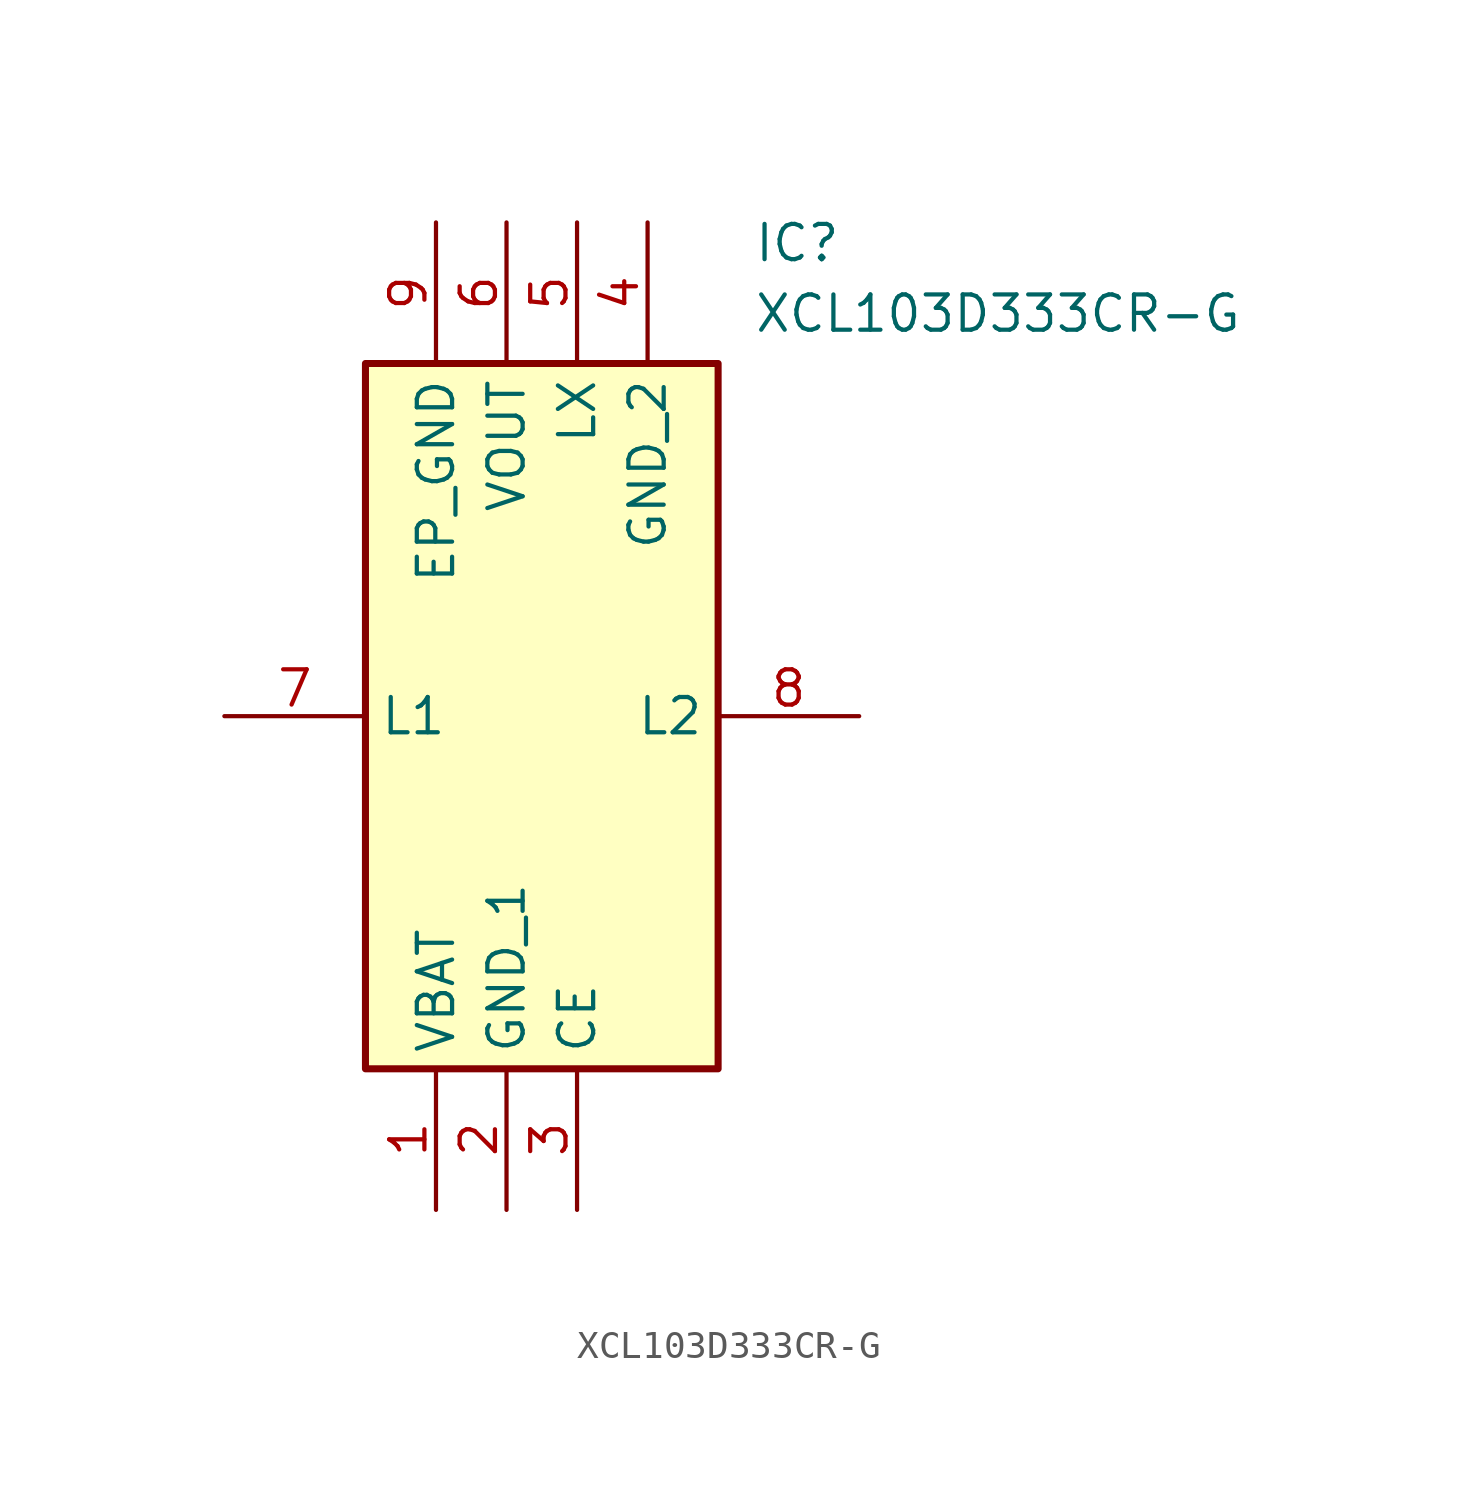
<source format=kicad_sym>
(kicad_symbol_lib
  (version 20211014)
  (generator SamacSys_ECAD_Model)
  (symbol "XCL103D333CR-G"
    (property "Reference" "IC"
      (at 19.05 17.78 0)
      (effects (font (size 1.27 1.27)) (justify left top)))
    (property "Value" "XCL103D333CR-G"
      (at 19.05 15.24 0)
      (effects (font (size 1.27 1.27)) (justify left top)))
    (rectangle
      (start 5.08 12.7)
      (end 17.78 -12.7)
      (stroke (width 0.254) (type default))
      (fill (type background)))
    (pin passive line
      (at 7.62 -17.78 90)
      (length 5.08)
      (name "VBAT" (effects (font (size 1.27 1.27))))
      (number "1" (effects (font (size 1.27 1.27)))))
    (pin passive line
      (at 10.16 -17.78 90)
      (length 5.08)
      (name "GND_1" (effects (font (size 1.27 1.27))))
      (number "2" (effects (font (size 1.27 1.27)))))
    (pin passive line
      (at 12.7 -17.78 90)
      (length 5.08)
      (name "CE" (effects (font (size 1.27 1.27))))
      (number "3" (effects (font (size 1.27 1.27)))))
    (pin passive line
      (at 15.24 17.78 270)
      (length 5.08)
      (name "GND_2" (effects (font (size 1.27 1.27))))
      (number "4" (effects (font (size 1.27 1.27)))))
    (pin passive line
      (at 12.7 17.78 270)
      (length 5.08)
      (name "LX" (effects (font (size 1.27 1.27))))
      (number "5" (effects (font (size 1.27 1.27)))))
    (pin passive line
      (at 10.16 17.78 270)
      (length 5.08)
      (name "VOUT" (effects (font (size 1.27 1.27))))
      (number "6" (effects (font (size 1.27 1.27)))))
    (pin passive line
      (at 0 0 0)
      (length 5.08)
      (name "L1" (effects (font (size 1.27 1.27))))
      (number "7" (effects (font (size 1.27 1.27)))))
    (pin passive line
      (at 22.86 0 180)
      (length 5.08)
      (name "L2" (effects (font (size 1.27 1.27))))
      (number "8" (effects (font (size 1.27 1.27)))))
    (pin passive line
      (at 7.62 17.78 270)
      (length 5.08)
      (name "EP_GND" (effects (font (size 1.27 1.27))))
      (number "9" (effects (font (size 1.27 1.27)))))))
</source>
